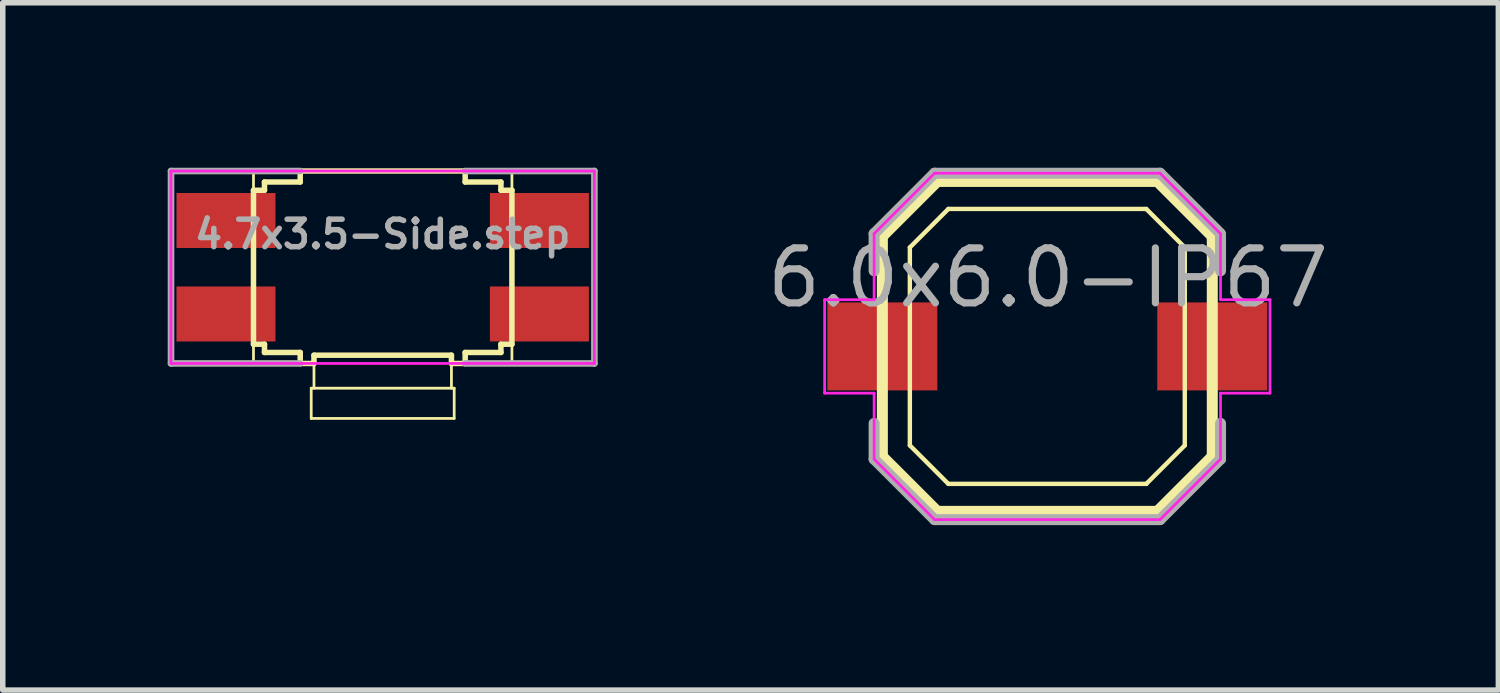
<source format=kicad_pcb>
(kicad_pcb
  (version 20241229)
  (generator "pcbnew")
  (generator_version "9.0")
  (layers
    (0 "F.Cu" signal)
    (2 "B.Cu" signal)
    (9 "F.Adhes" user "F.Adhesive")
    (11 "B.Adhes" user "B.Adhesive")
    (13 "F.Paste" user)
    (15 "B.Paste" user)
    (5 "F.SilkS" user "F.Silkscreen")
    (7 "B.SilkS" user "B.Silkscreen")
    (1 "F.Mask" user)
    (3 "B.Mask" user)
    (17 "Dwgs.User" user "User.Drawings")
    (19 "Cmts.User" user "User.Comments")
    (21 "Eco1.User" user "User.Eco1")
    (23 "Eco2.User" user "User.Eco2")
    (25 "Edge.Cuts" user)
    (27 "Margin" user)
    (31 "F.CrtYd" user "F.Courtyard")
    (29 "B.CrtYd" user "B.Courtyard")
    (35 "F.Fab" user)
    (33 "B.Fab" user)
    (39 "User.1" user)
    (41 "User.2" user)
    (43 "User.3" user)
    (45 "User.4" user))
  (footprint "4.7x3.5-Side.step"
    (layer "F.Cu")
    (at 3.91 1.81)
    (property "Reference" "4.7x3.5-Side.step" (at 0 -0.6 0) (layer "F.Fab") (effects (font (size 0.5 0.5) (thickness 0.1))))
    (attr through_hole)
    (fp_line (start -2.35 -1.75) (end -2.35 -1.4) (stroke (width 0.05) (type solid)) (layer "F.SilkS"))
    (fp_line (start -2.35 -1.75) (end -1.5 -1.75) (stroke (width 0.05) (type solid)) (layer "F.SilkS"))
    (fp_line (start -2.35 -1.4) (end -2.35 1.4) (stroke (width 0.1) (type solid)) (layer "F.SilkS"))
    (fp_line (start -2.35 -1.4) (end -2.15 -1.4) (stroke (width 0.1) (type solid)) (layer "F.SilkS"))
    (fp_line (start -2.35 1.4) (end -2.35 1.75) (stroke (width 0.05) (type solid)) (layer "F.SilkS"))
    (fp_line (start -2.15 -1.55) (end -2.15 -1.4) (stroke (width 0.1) (type solid)) (layer "F.SilkS"))
    (fp_line (start -2.15 1.4) (end -2.35 1.4) (stroke (width 0.1) (type solid)) (layer "F.SilkS"))
    (fp_line (start -2.15 1.4) (end -2.15 1.55) (stroke (width 0.1) (type solid)) (layer "F.SilkS"))
    (fp_line (start -2.15 1.55) (end -1.5 1.55) (stroke (width 0.1) (type solid)) (layer "F.SilkS"))
    (fp_line (start -1.5 -1.75) (end -1.5 -1.55) (stroke (width 0.1) (type solid)) (layer "F.SilkS"))
    (fp_line (start -1.5 -1.75) (end 1.5 -1.75) (stroke (width 0.1) (type solid)) (layer "F.SilkS"))
    (fp_line (start -1.5 -1.55) (end -2.15 -1.55) (stroke (width 0.1) (type solid)) (layer "F.SilkS"))
    (fp_line (start -1.5 1.55) (end -1.5 1.75) (stroke (width 0.1) (type solid)) (layer "F.SilkS"))
    (fp_line (start -1.5 1.75) (end -2.35 1.75) (stroke (width 0.05) (type solid)) (layer "F.SilkS"))
    (fp_line (start -1.3 2.75) (end -1.3 2.2) (stroke (width 0.05) (type solid)) (layer "F.SilkS"))
    (fp_line (start -1.3 2.75) (end 1.3 2.75) (stroke (width 0.05) (type solid)) (layer "F.SilkS"))
    (fp_line (start -1.25 1.6) (end -1.25 1.75) (stroke (width 0.1) (type solid)) (layer "F.SilkS"))
    (fp_line (start -1.25 1.6) (end 1.25 1.6) (stroke (width 0.1) (type solid)) (layer "F.SilkS"))
    (fp_line (start -1.25 1.75) (end -1.5 1.75) (stroke (width 0.1) (type solid)) (layer "F.SilkS"))
    (fp_line (start -1.25 2.2) (end -1.25 1.75) (stroke (width 0.05) (type solid)) (layer "F.SilkS"))
    (fp_line (start 1.25 1.75) (end 1.25 1.6) (stroke (width 0.1) (type solid)) (layer "F.SilkS"))
    (fp_line (start 1.25 2.2) (end 1.25 1.75) (stroke (width 0.05) (type solid)) (layer "F.SilkS"))
    (fp_line (start 1.3 2.2) (end -1.3 2.2) (stroke (width 0.05) (type solid)) (layer "F.SilkS"))
    (fp_line (start 1.3 2.75) (end 1.3 2.2) (stroke (width 0.05) (type solid)) (layer "F.SilkS"))
    (fp_line (start 1.5 -1.75) (end 2.35 -1.75) (stroke (width 0.05) (type solid)) (layer "F.SilkS"))
    (fp_line (start 1.5 -1.55) (end 1.5 -1.75) (stroke (width 0.1) (type solid)) (layer "F.SilkS"))
    (fp_line (start 1.5 1.55) (end 2.15 1.55) (stroke (width 0.1) (type solid)) (layer "F.SilkS"))
    (fp_line (start 1.5 1.75) (end 1.25 1.75) (stroke (width 0.1) (type solid)) (layer "F.SilkS"))
    (fp_line (start 1.5 1.75) (end 1.5 1.55) (stroke (width 0.1) (type solid)) (layer "F.SilkS"))
    (fp_line (start 2.15 -1.55) (end 1.5 -1.55) (stroke (width 0.1) (type solid)) (layer "F.SilkS"))
    (fp_line (start 2.15 -1.4) (end 2.15 -1.55) (stroke (width 0.1) (type solid)) (layer "F.SilkS"))
    (fp_line (start 2.15 -1.4) (end 2.35 -1.4) (stroke (width 0.1) (type solid)) (layer "F.SilkS"))
    (fp_line (start 2.15 1.55) (end 2.15 1.4) (stroke (width 0.1) (type solid)) (layer "F.SilkS"))
    (fp_line (start 2.35 -1.4) (end 2.35 -1.75) (stroke (width 0.05) (type solid)) (layer "F.SilkS"))
    (fp_line (start 2.35 -1.4) (end 2.35 1.4) (stroke (width 0.1) (type solid)) (layer "F.SilkS"))
    (fp_line (start 2.35 1.4) (end 2.15 1.4) (stroke (width 0.1) (type solid)) (layer "F.SilkS"))
    (fp_line (start 2.35 1.75) (end 1.5 1.75) (stroke (width 0.05) (type solid)) (layer "F.SilkS"))
    (fp_line (start 2.35 1.75) (end 2.35 1.4) (stroke (width 0.05) (type solid)) (layer "F.SilkS"))
    (fp_line (start -3.85 1.75) (end -3.85 -1.75) (stroke (width 0.05) (type solid)) (layer "F.CrtYd"))
    (fp_line (start -3.85 1.75) (end 3.85 1.75) (stroke (width 0.05) (type solid)) (layer "F.CrtYd"))
    (fp_line (start 3.85 -1.75) (end -3.85 -1.75) (stroke (width 0.05) (type solid)) (layer "F.CrtYd"))
    (fp_line (start 3.85 1.75) (end 3.85 -1.75) (stroke (width 0.05) (type solid)) (layer "F.CrtYd"))
    (fp_line (start -3.85 -1.75) (end -3.85 1.75) (stroke (width 0.12) (type solid)) (layer "F.Fab"))
    (fp_line (start -3.85 1.75) (end -1.5 1.75) (stroke (width 0.12) (type solid)) (layer "F.Fab"))
    (fp_line (start -1.5 -1.75) (end -3.85 -1.75) (stroke (width 0.12) (type solid)) (layer "F.Fab"))
    (fp_line (start 1.5 -1.75) (end 3.85 -1.75) (stroke (width 0.12) (type solid)) (layer "F.Fab"))
    (fp_line (start 1.5 1.75) (end 3.85 1.75) (stroke (width 0.12) (type solid)) (layer "F.Fab"))
    (fp_line (start 3.85 -1.75) (end 3.85 1.75) (stroke (width 0.12) (type solid)) (layer "F.Fab"))
    (pad "1" smd rect (at -2.85 -0.85) (size 1.8 1) (layers "F.Cu" "F.Mask" "F.Paste"))
    (pad "2" smd rect (at -2.85 0.85) (size 1.8 1) (layers "F.Cu" "F.Mask" "F.Paste"))
    (pad "3" smd rect (at 2.85 -0.85) (size 1.8 1) (layers "F.Cu" "F.Mask" "F.Paste"))
    (pad "4" smd rect (at 2.85 0.85) (size 1.8 1) (layers "F.Cu" "F.Mask" "F.Paste")))
  (footprint "6.0x6.0-IP67"
    (layer "F.Cu")
    (at 15.997 3.25)
    (property "Reference" "6.0x6.0-IP67" (at 0.013 -1.248 0) (layer "F.Fab") (effects (font (size 1 1) (thickness 0.13))))
    (attr through_hole)
    (fp_line (start -3 -2) (end -3 2) (stroke (width 0.2) (type solid)) (layer "F.SilkS"))
    (fp_line (start -3 -2) (end -2 -3) (stroke (width 0.2) (type default)) (layer "F.SilkS"))
    (fp_line (start -3 -1.2) (end -3 -1.2) (stroke (width 0.1) (type default)) (layer "F.SilkS"))
    (fp_line (start -2.5 -1.8) (end -2.5 1.8) (stroke (width 0.08) (type solid)) (layer "F.SilkS"))
    (fp_line (start -2.5 -1.8) (end -1.8 -2.5) (stroke (width 0.08) (type default)) (layer "F.SilkS"))
    (fp_line (start -2 3) (end -3 2) (stroke (width 0.2) (type default)) (layer "F.SilkS"))
    (fp_line (start -2 3) (end 2 3) (stroke (width 0.2) (type solid)) (layer "F.SilkS"))
    (fp_line (start -1.8 -2.5) (end 1.8 -2.5) (stroke (width 0.08) (type solid)) (layer "F.SilkS"))
    (fp_line (start -1.8 2.5) (end -2.5 1.8) (stroke (width 0.08) (type default)) (layer "F.SilkS"))
    (fp_line (start -1.8 2.5) (end 1.8 2.5) (stroke (width 0.08) (type solid)) (layer "F.SilkS"))
    (fp_line (start 1.8 2.5) (end 2.5 1.8) (stroke (width 0.08) (type default)) (layer "F.SilkS"))
    (fp_line (start 2 -3) (end -2 -3) (stroke (width 0.2) (type solid)) (layer "F.SilkS"))
    (fp_line (start 2.5 -1.8) (end 1.8 -2.5) (stroke (width 0.08) (type default)) (layer "F.SilkS"))
    (fp_line (start 2.5 -1.8) (end 2.5 1.8) (stroke (width 0.08) (type solid)) (layer "F.SilkS"))
    (fp_line (start 3 -2) (end 2 -3) (stroke (width 0.2) (type default)) (layer "F.SilkS"))
    (fp_line (start 3 2) (end 2 3) (stroke (width 0.2) (type default)) (layer "F.SilkS"))
    (fp_line (start 3 2) (end 3 -2) (stroke (width 0.2) (type solid)) (layer "F.SilkS"))
    (fp_line (start -4.05 -0.85) (end -3.15 -0.85) (stroke (width 0.05) (type solid)) (layer "F.CrtYd"))
    (fp_line (start -4.05 0.85) (end -4.05 -0.85) (stroke (width 0.05) (type solid)) (layer "F.CrtYd"))
    (fp_line (start -4.05 0.85) (end -3.15 0.85) (stroke (width 0.05) (type solid)) (layer "F.CrtYd"))
    (fp_line (start -3.15 -2.05) (end -3.15 -0.85) (stroke (width 0.05) (type solid)) (layer "F.CrtYd"))
    (fp_line (start -3.15 -2.05) (end -2.05 -3.15) (stroke (width 0.05) (type solid)) (layer "F.CrtYd"))
    (fp_line (start -3.15 0.85) (end -3.15 2.05) (stroke (width 0.05) (type solid)) (layer "F.CrtYd"))
    (fp_line (start -2.05 -3.15) (end 2.05 -3.15) (stroke (width 0.05) (type solid)) (layer "F.CrtYd"))
    (fp_line (start -2.05 3.15) (end -3.15 2.05) (stroke (width 0.05) (type solid)) (layer "F.CrtYd"))
    (fp_line (start 2.05 3.15) (end -2.05 3.15) (stroke (width 0.05) (type solid)) (layer "F.CrtYd"))
    (fp_line (start 2.05 3.15) (end 3.15 2.05) (stroke (width 0.05) (type solid)) (layer "F.CrtYd"))
    (fp_line (start 3.15 -2.05) (end 2.05 -3.15) (stroke (width 0.05) (type solid)) (layer "F.CrtYd"))
    (fp_line (start 3.15 -2.05) (end 3.15 -0.85) (stroke (width 0.05) (type solid)) (layer "F.CrtYd"))
    (fp_line (start 3.15 -0.85) (end 4.05 -0.85) (stroke (width 0.05) (type solid)) (layer "F.CrtYd"))
    (fp_line (start 3.15 0.85) (end 3.15 2.05) (stroke (width 0.05) (type solid)) (layer "F.CrtYd"))
    (fp_line (start 3.15 0.85) (end 4.05 0.85) (stroke (width 0.05) (type solid)) (layer "F.CrtYd"))
    (fp_line (start 4.05 0.85) (end 4.05 -0.85) (stroke (width 0.05) (type solid)) (layer "F.CrtYd"))
    (fp_line (start -3.15 -2.05) (end -3.15 -1.375) (stroke (width 0.2) (type solid)) (layer "F.Fab"))
    (fp_line (start -3.15 -2.05) (end -2.05 -3.15) (stroke (width 0.2) (type solid)) (layer "F.Fab"))
    (fp_line (start -3.15 1.4) (end -3.15 2.05) (stroke (width 0.2) (type solid)) (layer "F.Fab"))
    (fp_line (start -3.15 2.05) (end -2.05 3.15) (stroke (width 0.2) (type solid)) (layer "F.Fab"))
    (fp_line (start 2.05 -3.15) (end -2.05 -3.15) (stroke (width 0.2) (type solid)) (layer "F.Fab"))
    (fp_line (start 2.05 -3.15) (end 3.15 -2.05) (stroke (width 0.2) (type solid)) (layer "F.Fab"))
    (fp_line (start 2.05 3.15) (end -2.05 3.15) (stroke (width 0.2) (type solid)) (layer "F.Fab"))
    (fp_line (start 3.15 -2.025) (end 3.15 -1.375) (stroke (width 0.2) (type solid)) (layer "F.Fab"))
    (fp_line (start 3.15 1.4) (end 3.15 2.05) (stroke (width 0.2) (type solid)) (layer "F.Fab"))
    (fp_line (start 3.15 2.05) (end 2.05 3.15) (stroke (width 0.2) (type solid)) (layer "F.Fab"))
    (pad "1" smd rect (at -3 0 90) (size 1.6 2) (layers "F.Cu" "F.Mask" "F.Paste"))
    (pad "2" smd rect (at 3 0 90) (size 1.6 2) (layers "F.Cu" "F.Mask" "F.Paste")))
  (gr_rect
    (start -3 -3)
    (end 24.2 9.5)
    (stroke (width 0.1) (type default))
    (fill no)
    (layer "Edge.Cuts")))
</source>
